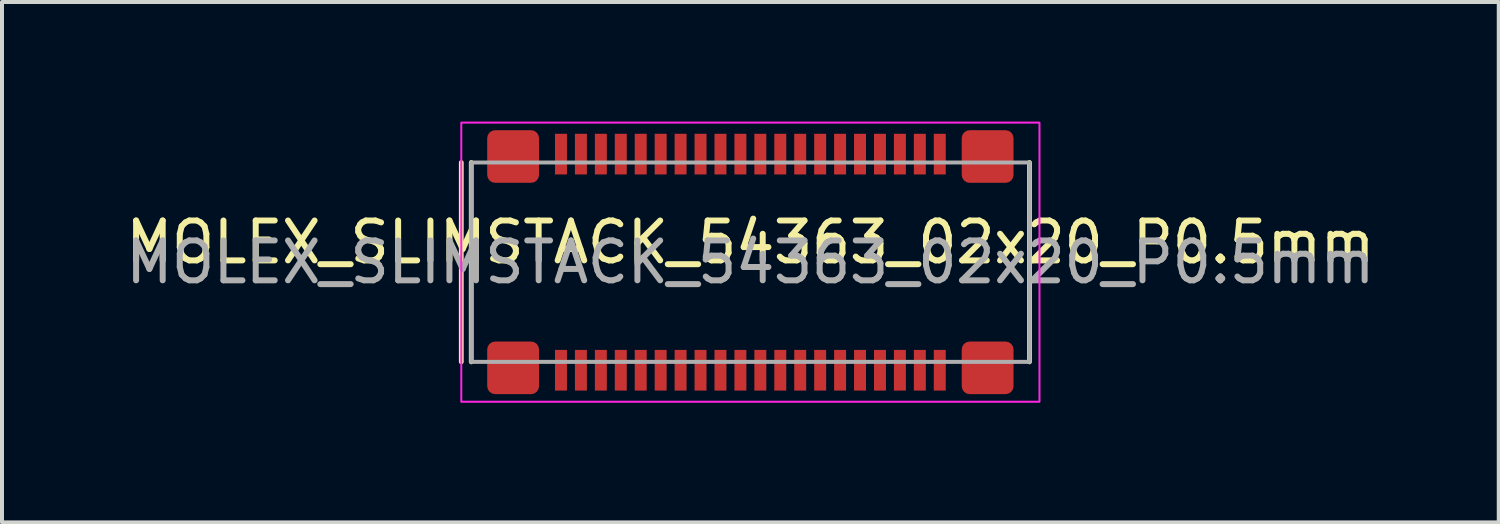
<source format=kicad_pcb>
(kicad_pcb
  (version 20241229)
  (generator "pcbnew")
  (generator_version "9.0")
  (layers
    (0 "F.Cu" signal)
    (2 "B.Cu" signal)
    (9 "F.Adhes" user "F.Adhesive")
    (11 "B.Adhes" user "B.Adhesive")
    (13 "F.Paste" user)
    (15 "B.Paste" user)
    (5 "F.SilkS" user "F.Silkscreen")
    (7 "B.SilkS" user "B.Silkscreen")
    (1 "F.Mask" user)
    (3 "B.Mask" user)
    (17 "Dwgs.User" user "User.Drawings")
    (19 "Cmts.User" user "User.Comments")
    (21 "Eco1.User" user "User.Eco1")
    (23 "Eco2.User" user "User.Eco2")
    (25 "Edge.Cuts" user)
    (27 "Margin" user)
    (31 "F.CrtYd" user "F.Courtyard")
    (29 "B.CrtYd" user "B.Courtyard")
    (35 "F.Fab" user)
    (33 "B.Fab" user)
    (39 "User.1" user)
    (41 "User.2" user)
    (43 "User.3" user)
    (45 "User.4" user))
  (footprint "MOLEX_SLIMSTACK_54363_02x20_P0.5mm"
    (layer "F.Cu")
    (at 15.768 3.525)
    (property "Reference" "MOLEX_SLIMSTACK_54363_02x20_P0.5mm" (at 0 -0.5 0) (unlocked yes) (layer "F.SilkS") (effects (font (size 1 1) (thickness 0.15))))
    (attr smd)
    (fp_line (start -7.25 -2.5) (end -7.25 2.5) (stroke (width 0.12) (type solid)) (layer "F.SilkS"))
    (fp_line (start -7 -2.5) (end -7 2.5) (stroke (width 0.12) (type solid)) (layer "F.SilkS"))
    (fp_line (start 7 -2.5) (end 7 2.5) (stroke (width 0.12) (type solid)) (layer "F.SilkS"))
    (fp_rect (start -7.25 -3.5) (end 7.25 3.5) (stroke (width 0.05) (type solid)) (fill no) (layer "F.CrtYd"))
    (fp_rect (start -7 -2.5) (end 7 2.5) (stroke (width 0.1) (type solid)) (fill no) (layer "F.Fab"))
    (fp_text user "${REFERENCE}" (at 0 0 0) (unlocked yes) (layer "F.Fab") (effects (font (size 1 1) (thickness 0.15))))
    (pad "1" smd rect (at -4.75 -2.71) (size 0.3 1.02) (layers "F.Cu" "F.Mask" "F.Paste"))
    (pad "2" smd rect (at -4.75 2.71) (size 0.3 1.02) (layers "F.Cu" "F.Mask" "F.Paste"))
    (pad "3" smd rect (at -4.25 -2.71) (size 0.3 1.02) (layers "F.Cu" "F.Mask" "F.Paste"))
    (pad "4" smd rect (at -4.25 2.71) (size 0.3 1.02) (layers "F.Cu" "F.Mask" "F.Paste"))
    (pad "5" smd rect (at -3.75 -2.71) (size 0.3 1.02) (layers "F.Cu" "F.Mask" "F.Paste"))
    (pad "6" smd rect (at -3.75 2.71) (size 0.3 1.02) (layers "F.Cu" "F.Mask" "F.Paste"))
    (pad "7" smd rect (at -3.25 -2.71) (size 0.3 1.02) (layers "F.Cu" "F.Mask" "F.Paste"))
    (pad "8" smd rect (at -3.25 2.71) (size 0.3 1.02) (layers "F.Cu" "F.Mask" "F.Paste"))
    (pad "9" smd rect (at -2.75 -2.71) (size 0.3 1.02) (layers "F.Cu" "F.Mask" "F.Paste"))
    (pad "10" smd rect (at -2.75 2.71) (size 0.3 1.02) (layers "F.Cu" "F.Mask" "F.Paste"))
    (pad "11" smd rect (at -2.25 -2.71) (size 0.3 1.02) (layers "F.Cu" "F.Mask" "F.Paste"))
    (pad "12" smd rect (at -2.25 2.71) (size 0.3 1.02) (layers "F.Cu" "F.Mask" "F.Paste"))
    (pad "13" smd rect (at -1.75 -2.71) (size 0.3 1.02) (layers "F.Cu" "F.Mask" "F.Paste"))
    (pad "14" smd rect (at -1.75 2.71) (size 0.3 1.02) (layers "F.Cu" "F.Mask" "F.Paste"))
    (pad "15" smd rect (at -1.25 -2.71) (size 0.3 1.02) (layers "F.Cu" "F.Mask" "F.Paste"))
    (pad "16" smd rect (at -1.25 2.71) (size 0.3 1.02) (layers "F.Cu" "F.Mask" "F.Paste"))
    (pad "17" smd rect (at -0.75 -2.71) (size 0.3 1.02) (layers "F.Cu" "F.Mask" "F.Paste"))
    (pad "18" smd rect (at -0.75 2.71) (size 0.3 1.02) (layers "F.Cu" "F.Mask" "F.Paste"))
    (pad "19" smd rect (at -0.25 -2.71) (size 0.3 1.02) (layers "F.Cu" "F.Mask" "F.Paste"))
    (pad "20" smd rect (at -0.25 2.71) (size 0.3 1.02) (layers "F.Cu" "F.Mask" "F.Paste"))
    (pad "21" smd rect (at 0.25 -2.71) (size 0.3 1.02) (layers "F.Cu" "F.Mask" "F.Paste"))
    (pad "22" smd rect (at 0.25 2.71) (size 0.3 1.02) (layers "F.Cu" "F.Mask" "F.Paste"))
    (pad "23" smd rect (at 0.75 -2.71) (size 0.3 1.02) (layers "F.Cu" "F.Mask" "F.Paste"))
    (pad "24" smd rect (at 0.75 2.71) (size 0.3 1.02) (layers "F.Cu" "F.Mask" "F.Paste"))
    (pad "25" smd rect (at 1.25 -2.71) (size 0.3 1.02) (layers "F.Cu" "F.Mask" "F.Paste"))
    (pad "26" smd rect (at 1.25 2.71) (size 0.3 1.02) (layers "F.Cu" "F.Mask" "F.Paste"))
    (pad "27" smd rect (at 1.75 -2.71) (size 0.3 1.02) (layers "F.Cu" "F.Mask" "F.Paste"))
    (pad "28" smd rect (at 1.75 2.71) (size 0.3 1.02) (layers "F.Cu" "F.Mask" "F.Paste"))
    (pad "29" smd rect (at 2.25 -2.71) (size 0.3 1.02) (layers "F.Cu" "F.Mask" "F.Paste"))
    (pad "30" smd rect (at 2.25 2.71) (size 0.3 1.02) (layers "F.Cu" "F.Mask" "F.Paste"))
    (pad "31" smd rect (at 2.75 -2.71) (size 0.3 1.02) (layers "F.Cu" "F.Mask" "F.Paste"))
    (pad "32" smd rect (at 2.75 2.71) (size 0.3 1.02) (layers "F.Cu" "F.Mask" "F.Paste"))
    (pad "33" smd rect (at 3.25 -2.71) (size 0.3 1.02) (layers "F.Cu" "F.Mask" "F.Paste"))
    (pad "34" smd rect (at 3.25 2.71) (size 0.3 1.02) (layers "F.Cu" "F.Mask" "F.Paste"))
    (pad "35" smd rect (at 3.75 -2.71) (size 0.3 1.02) (layers "F.Cu" "F.Mask" "F.Paste"))
    (pad "36" smd rect (at 3.75 2.71) (size 0.3 1.02) (layers "F.Cu" "F.Mask" "F.Paste"))
    (pad "37" smd rect (at 4.25 -2.71) (size 0.3 1.02) (layers "F.Cu" "F.Mask" "F.Paste"))
    (pad "38" smd rect (at 4.25 2.71) (size 0.3 1.02) (layers "F.Cu" "F.Mask" "F.Paste"))
    (pad "39" smd rect (at 4.75 -2.71) (size 0.3 1.02) (layers "F.Cu" "F.Mask" "F.Paste"))
    (pad "40" smd rect (at 4.75 2.71) (size 0.3 1.02) (layers "F.Cu" "F.Mask" "F.Paste"))
    (pad "MP" smd roundrect (at -5.95 -2.65) (size 1.3 1.32) (layers "F.Cu" "F.Mask" "F.Paste") (roundrect_rratio 0.154))
    (pad "MP0" smd roundrect (at -5.95 2.65) (size 1.3 1.32) (layers "F.Cu" "F.Mask" "F.Paste") (roundrect_rratio 0.154))
    (pad "MP1" smd roundrect (at 5.95 2.65) (size 1.3 1.32) (layers "F.Cu" "F.Mask" "F.Paste") (roundrect_rratio 0.154))
    (pad "MP2" smd roundrect (at 5.95 -2.65) (size 1.3 1.32) (layers "F.Cu" "F.Mask" "F.Paste") (roundrect_rratio 0.154)))
  (gr_rect
    (start -3 -3)
    (end 34.536 10.05)
    (stroke (width 0.1) (type default))
    (fill no)
    (layer "Edge.Cuts")))
</source>
